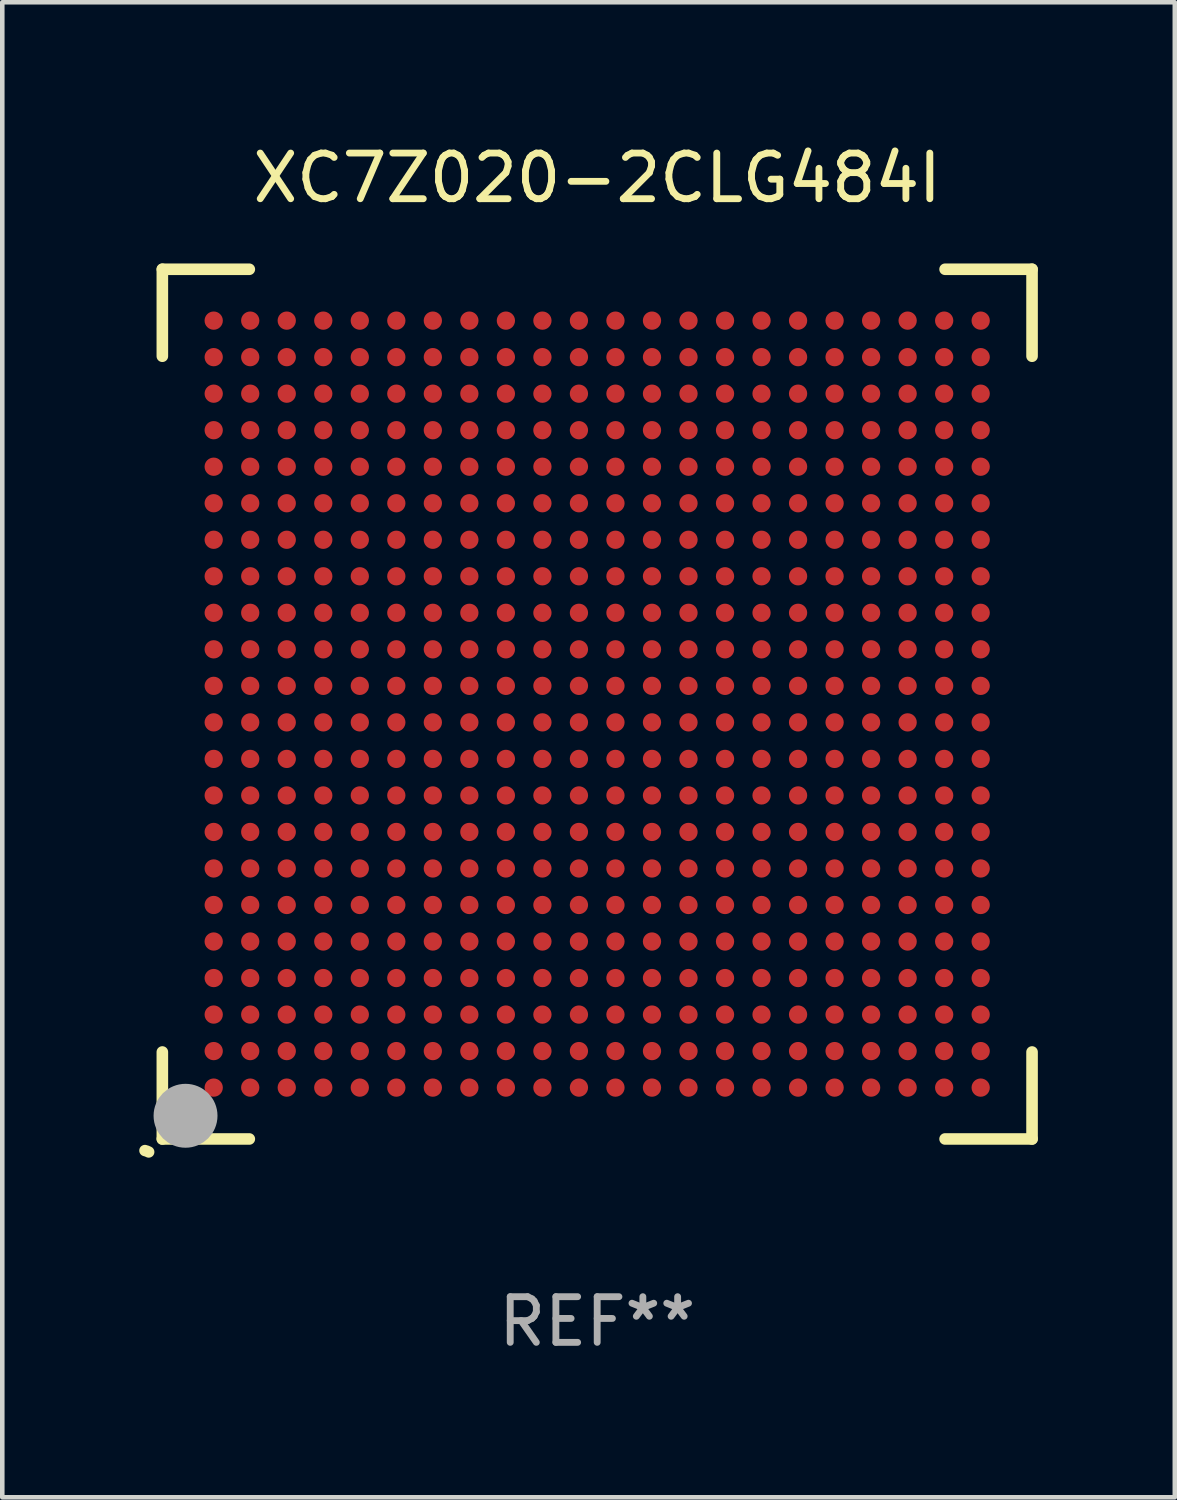
<source format=kicad_pcb>
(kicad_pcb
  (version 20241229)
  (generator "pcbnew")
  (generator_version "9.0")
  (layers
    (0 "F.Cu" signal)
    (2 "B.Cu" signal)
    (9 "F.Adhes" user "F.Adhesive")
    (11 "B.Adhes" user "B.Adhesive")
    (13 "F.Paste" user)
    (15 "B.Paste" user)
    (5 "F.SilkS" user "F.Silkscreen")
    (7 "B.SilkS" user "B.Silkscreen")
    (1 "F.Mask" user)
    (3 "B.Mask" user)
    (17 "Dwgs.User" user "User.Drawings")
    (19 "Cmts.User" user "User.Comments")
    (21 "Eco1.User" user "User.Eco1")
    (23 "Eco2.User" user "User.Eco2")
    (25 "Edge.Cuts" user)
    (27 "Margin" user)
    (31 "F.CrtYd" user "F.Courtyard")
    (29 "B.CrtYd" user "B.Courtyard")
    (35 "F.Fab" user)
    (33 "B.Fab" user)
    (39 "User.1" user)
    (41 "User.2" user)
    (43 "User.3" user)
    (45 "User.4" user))
  (footprint "XC7Z020-2CLG484I"
    (layer "F.Cu")
    (at 10.031 12.373)
    (property "Reference" "XC7Z020-2CLG484I" (at 0 -11.525 0) (layer "F.SilkS") (effects (font (size 1 1) (thickness 0.15))))
    (attr through_hole)
    (fp_line (start -9.525 -9.525) (end -7.62 -9.525) (stroke (width 0.254) (type solid)) (layer "F.SilkS"))
    (fp_line (start -9.525 -7.62) (end -9.525 -9.525) (stroke (width 0.254) (type solid)) (layer "F.SilkS"))
    (fp_line (start -9.525 9.525) (end -9.525 7.62) (stroke (width 0.254) (type solid)) (layer "F.SilkS"))
    (fp_line (start -7.62 9.525) (end -9.525 9.525) (stroke (width 0.254) (type solid)) (layer "F.SilkS"))
    (fp_line (start 7.62 -9.525) (end 9.525 -9.525) (stroke (width 0.254) (type solid)) (layer "F.SilkS"))
    (fp_line (start 9.525 -9.525) (end 9.525 -7.62) (stroke (width 0.254) (type solid)) (layer "F.SilkS"))
    (fp_line (start 9.525 7.62) (end 9.525 9.525) (stroke (width 0.254) (type solid)) (layer "F.SilkS"))
    (fp_line (start 9.525 9.525) (end 7.62 9.525) (stroke (width 0.254) (type solid)) (layer "F.SilkS"))
    (fp_arc (start -9.90602 9.778943) (mid -9.863917 9.791423) (end -9.823978 9.809677) (stroke (width 0.249936) (type solid)) (layer "F.SilkS"))
    (fp_circle (center -9.5 9.5) (end -9.47 9.5) (stroke (width 0.06) (type solid)) (fill no) (layer "F.SilkS"))
    (fp_circle (center -9.017 9.017) (end -8.667 9.017) (stroke (width 0.7) (type solid)) (fill no) (layer "F.Fab"))
    (fp_text user "REF**" (at 0 13.525 0) (layer "F.Fab") (effects (font (size 1 1) (thickness 0.15))))
    (pad "A1" smd circle (at -8.4 8.4) (size 0.4 0.4) (layers "F.Cu" "F.Mask" "F.Paste"))
    (pad "A2" smd circle (at -8.4 7.6) (size 0.4 0.4) (layers "F.Cu" "F.Mask" "F.Paste"))
    (pad "A3" smd circle (at -8.4 6.8) (size 0.4 0.4) (layers "F.Cu" "F.Mask" "F.Paste"))
    (pad "A4" smd circle (at -8.4 6) (size 0.4 0.4) (layers "F.Cu" "F.Mask" "F.Paste"))
    (pad "A5" smd circle (at -8.4 5.2) (size 0.4 0.4) (layers "F.Cu" "F.Mask" "F.Paste"))
    (pad "A6" smd circle (at -8.4 4.4) (size 0.4 0.4) (layers "F.Cu" "F.Mask" "F.Paste"))
    (pad "A7" smd circle (at -8.4 3.6) (size 0.4 0.4) (layers "F.Cu" "F.Mask" "F.Paste"))
    (pad "A8" smd circle (at -8.4 2.8) (size 0.4 0.4) (layers "F.Cu" "F.Mask" "F.Paste"))
    (pad "A9" smd circle (at -8.4 2) (size 0.4 0.4) (layers "F.Cu" "F.Mask" "F.Paste"))
    (pad "A10" smd circle (at -8.4 1.2) (size 0.4 0.4) (layers "F.Cu" "F.Mask" "F.Paste"))
    (pad "A11" smd circle (at -8.4 0.4) (size 0.4 0.4) (layers "F.Cu" "F.Mask" "F.Paste"))
    (pad "A12" smd circle (at -8.4 -0.4) (size 0.4 0.4) (layers "F.Cu" "F.Mask" "F.Paste"))
    (pad "A13" smd circle (at -8.4 -1.2) (size 0.4 0.4) (layers "F.Cu" "F.Mask" "F.Paste"))
    (pad "A14" smd circle (at -8.4 -2) (size 0.4 0.4) (layers "F.Cu" "F.Mask" "F.Paste"))
    (pad "A15" smd circle (at -8.4 -2.8) (size 0.4 0.4) (layers "F.Cu" "F.Mask" "F.Paste"))
    (pad "A16" smd circle (at -8.4 -3.6) (size 0.4 0.4) (layers "F.Cu" "F.Mask" "F.Paste"))
    (pad "A17" smd circle (at -8.4 -4.4) (size 0.4 0.4) (layers "F.Cu" "F.Mask" "F.Paste"))
    (pad "A18" smd circle (at -8.4 -5.2) (size 0.4 0.4) (layers "F.Cu" "F.Mask" "F.Paste"))
    (pad "A19" smd circle (at -8.4 -6) (size 0.4 0.4) (layers "F.Cu" "F.Mask" "F.Paste"))
    (pad "A20" smd circle (at -8.4 -6.8) (size 0.4 0.4) (layers "F.Cu" "F.Mask" "F.Paste"))
    (pad "A21" smd circle (at -8.4 -7.6) (size 0.4 0.4) (layers "F.Cu" "F.Mask" "F.Paste"))
    (pad "A22" smd circle (at -8.4 -8.4) (size 0.4 0.4) (layers "F.Cu" "F.Mask" "F.Paste"))
    (pad "AA1" smd circle (at 7.6 8.4) (size 0.4 0.4) (layers "F.Cu" "F.Mask" "F.Paste"))
    (pad "AA2" smd circle (at 7.6 7.6) (size 0.4 0.4) (layers "F.Cu" "F.Mask" "F.Paste"))
    (pad "AA3" smd circle (at 7.6 6.8) (size 0.4 0.4) (layers "F.Cu" "F.Mask" "F.Paste"))
    (pad "AA4" smd circle (at 7.6 6) (size 0.4 0.4) (layers "F.Cu" "F.Mask" "F.Paste"))
    (pad "AA5" smd circle (at 7.6 5.2) (size 0.4 0.4) (layers "F.Cu" "F.Mask" "F.Paste"))
    (pad "AA6" smd circle (at 7.6 4.4) (size 0.4 0.4) (layers "F.Cu" "F.Mask" "F.Paste"))
    (pad "AA7" smd circle (at 7.6 3.6) (size 0.4 0.4) (layers "F.Cu" "F.Mask" "F.Paste"))
    (pad "AA8" smd circle (at 7.6 2.8) (size 0.4 0.4) (layers "F.Cu" "F.Mask" "F.Paste"))
    (pad "AA9" smd circle (at 7.6 2) (size 0.4 0.4) (layers "F.Cu" "F.Mask" "F.Paste"))
    (pad "AA10" smd circle (at 7.6 1.2) (size 0.4 0.4) (layers "F.Cu" "F.Mask" "F.Paste"))
    (pad "AA11" smd circle (at 7.6 0.4) (size 0.4 0.4) (layers "F.Cu" "F.Mask" "F.Paste"))
    (pad "AA12" smd circle (at 7.6 -0.4) (size 0.4 0.4) (layers "F.Cu" "F.Mask" "F.Paste"))
    (pad "AA13" smd circle (at 7.6 -1.2) (size 0.4 0.4) (layers "F.Cu" "F.Mask" "F.Paste"))
    (pad "AA14" smd circle (at 7.6 -2) (size 0.4 0.4) (layers "F.Cu" "F.Mask" "F.Paste"))
    (pad "AA15" smd circle (at 7.6 -2.8) (size 0.4 0.4) (layers "F.Cu" "F.Mask" "F.Paste"))
    (pad "AA16" smd circle (at 7.6 -3.6) (size 0.4 0.4) (layers "F.Cu" "F.Mask" "F.Paste"))
    (pad "AA17" smd circle (at 7.6 -4.4) (size 0.4 0.4) (layers "F.Cu" "F.Mask" "F.Paste"))
    (pad "AA18" smd circle (at 7.6 -5.2) (size 0.4 0.4) (layers "F.Cu" "F.Mask" "F.Paste"))
    (pad "AA19" smd circle (at 7.6 -6) (size 0.4 0.4) (layers "F.Cu" "F.Mask" "F.Paste"))
    (pad "AA20" smd circle (at 7.6 -6.8) (size 0.4 0.4) (layers "F.Cu" "F.Mask" "F.Paste"))
    (pad "AA21" smd circle (at 7.6 -7.6) (size 0.4 0.4) (layers "F.Cu" "F.Mask" "F.Paste"))
    (pad "AA22" smd circle (at 7.6 -8.4) (size 0.4 0.4) (layers "F.Cu" "F.Mask" "F.Paste"))
    (pad "AB1" smd circle (at 8.4 8.4) (size 0.4 0.4) (layers "F.Cu" "F.Mask" "F.Paste"))
    (pad "AB2" smd circle (at 8.4 7.6) (size 0.4 0.4) (layers "F.Cu" "F.Mask" "F.Paste"))
    (pad "AB3" smd circle (at 8.4 6.8) (size 0.4 0.4) (layers "F.Cu" "F.Mask" "F.Paste"))
    (pad "AB4" smd circle (at 8.4 6) (size 0.4 0.4) (layers "F.Cu" "F.Mask" "F.Paste"))
    (pad "AB5" smd circle (at 8.4 5.2) (size 0.4 0.4) (layers "F.Cu" "F.Mask" "F.Paste"))
    (pad "AB6" smd circle (at 8.4 4.4) (size 0.4 0.4) (layers "F.Cu" "F.Mask" "F.Paste"))
    (pad "AB7" smd circle (at 8.4 3.6) (size 0.4 0.4) (layers "F.Cu" "F.Mask" "F.Paste"))
    (pad "AB8" smd circle (at 8.4 2.8) (size 0.4 0.4) (layers "F.Cu" "F.Mask" "F.Paste"))
    (pad "AB9" smd circle (at 8.4 2) (size 0.4 0.4) (layers "F.Cu" "F.Mask" "F.Paste"))
    (pad "AB10" smd circle (at 8.4 1.2) (size 0.4 0.4) (layers "F.Cu" "F.Mask" "F.Paste"))
    (pad "AB11" smd circle (at 8.4 0.4) (size 0.4 0.4) (layers "F.Cu" "F.Mask" "F.Paste"))
    (pad "AB12" smd circle (at 8.4 -0.4) (size 0.4 0.4) (layers "F.Cu" "F.Mask" "F.Paste"))
    (pad "AB13" smd circle (at 8.4 -1.2) (size 0.4 0.4) (layers "F.Cu" "F.Mask" "F.Paste"))
    (pad "AB14" smd circle (at 8.4 -2) (size 0.4 0.4) (layers "F.Cu" "F.Mask" "F.Paste"))
    (pad "AB15" smd circle (at 8.4 -2.8) (size 0.4 0.4) (layers "F.Cu" "F.Mask" "F.Paste"))
    (pad "AB16" smd circle (at 8.4 -3.6) (size 0.4 0.4) (layers "F.Cu" "F.Mask" "F.Paste"))
    (pad "AB17" smd circle (at 8.4 -4.4) (size 0.4 0.4) (layers "F.Cu" "F.Mask" "F.Paste"))
    (pad "AB18" smd circle (at 8.4 -5.2) (size 0.4 0.4) (layers "F.Cu" "F.Mask" "F.Paste"))
    (pad "AB19" smd circle (at 8.4 -6) (size 0.4 0.4) (layers "F.Cu" "F.Mask" "F.Paste"))
    (pad "AB20" smd circle (at 8.4 -6.8) (size 0.4 0.4) (layers "F.Cu" "F.Mask" "F.Paste"))
    (pad "AB21" smd circle (at 8.4 -7.6) (size 0.4 0.4) (layers "F.Cu" "F.Mask" "F.Paste"))
    (pad "AB22" smd circle (at 8.4 -8.4) (size 0.4 0.4) (layers "F.Cu" "F.Mask" "F.Paste"))
    (pad "B1" smd circle (at -7.6 8.4) (size 0.4 0.4) (layers "F.Cu" "F.Mask" "F.Paste"))
    (pad "B2" smd circle (at -7.6 7.6) (size 0.4 0.4) (layers "F.Cu" "F.Mask" "F.Paste"))
    (pad "B3" smd circle (at -7.6 6.8) (size 0.4 0.4) (layers "F.Cu" "F.Mask" "F.Paste"))
    (pad "B4" smd circle (at -7.6 6) (size 0.4 0.4) (layers "F.Cu" "F.Mask" "F.Paste"))
    (pad "B5" smd circle (at -7.6 5.2) (size 0.4 0.4) (layers "F.Cu" "F.Mask" "F.Paste"))
    (pad "B6" smd circle (at -7.6 4.4) (size 0.4 0.4) (layers "F.Cu" "F.Mask" "F.Paste"))
    (pad "B7" smd circle (at -7.6 3.6) (size 0.4 0.4) (layers "F.Cu" "F.Mask" "F.Paste"))
    (pad "B8" smd circle (at -7.6 2.8) (size 0.4 0.4) (layers "F.Cu" "F.Mask" "F.Paste"))
    (pad "B9" smd circle (at -7.6 2) (size 0.4 0.4) (layers "F.Cu" "F.Mask" "F.Paste"))
    (pad "B10" smd circle (at -7.6 1.2) (size 0.4 0.4) (layers "F.Cu" "F.Mask" "F.Paste"))
    (pad "B11" smd circle (at -7.6 0.4) (size 0.4 0.4) (layers "F.Cu" "F.Mask" "F.Paste"))
    (pad "B12" smd circle (at -7.6 -0.4) (size 0.4 0.4) (layers "F.Cu" "F.Mask" "F.Paste"))
    (pad "B13" smd circle (at -7.6 -1.2) (size 0.4 0.4) (layers "F.Cu" "F.Mask" "F.Paste"))
    (pad "B14" smd circle (at -7.6 -2) (size 0.4 0.4) (layers "F.Cu" "F.Mask" "F.Paste"))
    (pad "B15" smd circle (at -7.6 -2.8) (size 0.4 0.4) (layers "F.Cu" "F.Mask" "F.Paste"))
    (pad "B16" smd circle (at -7.6 -3.6) (size 0.4 0.4) (layers "F.Cu" "F.Mask" "F.Paste"))
    (pad "B17" smd circle (at -7.6 -4.4) (size 0.4 0.4) (layers "F.Cu" "F.Mask" "F.Paste"))
    (pad "B18" smd circle (at -7.6 -5.2) (size 0.4 0.4) (layers "F.Cu" "F.Mask" "F.Paste"))
    (pad "B19" smd circle (at -7.6 -6) (size 0.4 0.4) (layers "F.Cu" "F.Mask" "F.Paste"))
    (pad "B20" smd circle (at -7.6 -6.8) (size 0.4 0.4) (layers "F.Cu" "F.Mask" "F.Paste"))
    (pad "B21" smd circle (at -7.6 -7.6) (size 0.4 0.4) (layers "F.Cu" "F.Mask" "F.Paste"))
    (pad "B22" smd circle (at -7.6 -8.4) (size 0.4 0.4) (layers "F.Cu" "F.Mask" "F.Paste"))
    (pad "C1" smd circle (at -6.8 8.4) (size 0.4 0.4) (layers "F.Cu" "F.Mask" "F.Paste"))
    (pad "C2" smd circle (at -6.8 7.6) (size 0.4 0.4) (layers "F.Cu" "F.Mask" "F.Paste"))
    (pad "C3" smd circle (at -6.8 6.8) (size 0.4 0.4) (layers "F.Cu" "F.Mask" "F.Paste"))
    (pad "C4" smd circle (at -6.8 6) (size 0.4 0.4) (layers "F.Cu" "F.Mask" "F.Paste"))
    (pad "C5" smd circle (at -6.8 5.2) (size 0.4 0.4) (layers "F.Cu" "F.Mask" "F.Paste"))
    (pad "C6" smd circle (at -6.8 4.4) (size 0.4 0.4) (layers "F.Cu" "F.Mask" "F.Paste"))
    (pad "C7" smd circle (at -6.8 3.6) (size 0.4 0.4) (layers "F.Cu" "F.Mask" "F.Paste"))
    (pad "C8" smd circle (at -6.8 2.8) (size 0.4 0.4) (layers "F.Cu" "F.Mask" "F.Paste"))
    (pad "C9" smd circle (at -6.8 2) (size 0.4 0.4) (layers "F.Cu" "F.Mask" "F.Paste"))
    (pad "C10" smd circle (at -6.8 1.2) (size 0.4 0.4) (layers "F.Cu" "F.Mask" "F.Paste"))
    (pad "C11" smd circle (at -6.8 0.4) (size 0.4 0.4) (layers "F.Cu" "F.Mask" "F.Paste"))
    (pad "C12" smd circle (at -6.8 -0.4) (size 0.4 0.4) (layers "F.Cu" "F.Mask" "F.Paste"))
    (pad "C13" smd circle (at -6.8 -1.2) (size 0.4 0.4) (layers "F.Cu" "F.Mask" "F.Paste"))
    (pad "C14" smd circle (at -6.8 -2) (size 0.4 0.4) (layers "F.Cu" "F.Mask" "F.Paste"))
    (pad "C15" smd circle (at -6.8 -2.8) (size 0.4 0.4) (layers "F.Cu" "F.Mask" "F.Paste"))
    (pad "C16" smd circle (at -6.8 -3.6) (size 0.4 0.4) (layers "F.Cu" "F.Mask" "F.Paste"))
    (pad "C17" smd circle (at -6.8 -4.4) (size 0.4 0.4) (layers "F.Cu" "F.Mask" "F.Paste"))
    (pad "C18" smd circle (at -6.8 -5.2) (size 0.4 0.4) (layers "F.Cu" "F.Mask" "F.Paste"))
    (pad "C19" smd circle (at -6.8 -6) (size 0.4 0.4) (layers "F.Cu" "F.Mask" "F.Paste"))
    (pad "C20" smd circle (at -6.8 -6.8) (size 0.4 0.4) (layers "F.Cu" "F.Mask" "F.Paste"))
    (pad "C21" smd circle (at -6.8 -7.6) (size 0.4 0.4) (layers "F.Cu" "F.Mask" "F.Paste"))
    (pad "C22" smd circle (at -6.8 -8.4) (size 0.4 0.4) (layers "F.Cu" "F.Mask" "F.Paste"))
    (pad "D1" smd circle (at -6 8.4) (size 0.4 0.4) (layers "F.Cu" "F.Mask" "F.Paste"))
    (pad "D2" smd circle (at -6 7.6) (size 0.4 0.4) (layers "F.Cu" "F.Mask" "F.Paste"))
    (pad "D3" smd circle (at -6 6.8) (size 0.4 0.4) (layers "F.Cu" "F.Mask" "F.Paste"))
    (pad "D4" smd circle (at -6 6) (size 0.4 0.4) (layers "F.Cu" "F.Mask" "F.Paste"))
    (pad "D5" smd circle (at -6 5.2) (size 0.4 0.4) (layers "F.Cu" "F.Mask" "F.Paste"))
    (pad "D6" smd circle (at -6 4.4) (size 0.4 0.4) (layers "F.Cu" "F.Mask" "F.Paste"))
    (pad "D7" smd circle (at -6 3.6) (size 0.4 0.4) (layers "F.Cu" "F.Mask" "F.Paste"))
    (pad "D8" smd circle (at -6 2.8) (size 0.4 0.4) (layers "F.Cu" "F.Mask" "F.Paste"))
    (pad "D9" smd circle (at -6 2) (size 0.4 0.4) (layers "F.Cu" "F.Mask" "F.Paste"))
    (pad "D10" smd circle (at -6 1.2) (size 0.4 0.4) (layers "F.Cu" "F.Mask" "F.Paste"))
    (pad "D11" smd circle (at -6 0.4) (size 0.4 0.4) (layers "F.Cu" "F.Mask" "F.Paste"))
    (pad "D12" smd circle (at -6 -0.4) (size 0.4 0.4) (layers "F.Cu" "F.Mask" "F.Paste"))
    (pad "D13" smd circle (at -6 -1.2) (size 0.4 0.4) (layers "F.Cu" "F.Mask" "F.Paste"))
    (pad "D14" smd circle (at -6 -2) (size 0.4 0.4) (layers "F.Cu" "F.Mask" "F.Paste"))
    (pad "D15" smd circle (at -6 -2.8) (size 0.4 0.4) (layers "F.Cu" "F.Mask" "F.Paste"))
    (pad "D16" smd circle (at -6 -3.6) (size 0.4 0.4) (layers "F.Cu" "F.Mask" "F.Paste"))
    (pad "D17" smd circle (at -6 -4.4) (size 0.4 0.4) (layers "F.Cu" "F.Mask" "F.Paste"))
    (pad "D18" smd circle (at -6 -5.2) (size 0.4 0.4) (layers "F.Cu" "F.Mask" "F.Paste"))
    (pad "D19" smd circle (at -6 -6) (size 0.4 0.4) (layers "F.Cu" "F.Mask" "F.Paste"))
    (pad "D20" smd circle (at -6 -6.8) (size 0.4 0.4) (layers "F.Cu" "F.Mask" "F.Paste"))
    (pad "D21" smd circle (at -6 -7.6) (size 0.4 0.4) (layers "F.Cu" "F.Mask" "F.Paste"))
    (pad "D22" smd circle (at -6 -8.4) (size 0.4 0.4) (layers "F.Cu" "F.Mask" "F.Paste"))
    (pad "E1" smd circle (at -5.2 8.4) (size 0.4 0.4) (layers "F.Cu" "F.Mask" "F.Paste"))
    (pad "E2" smd circle (at -5.2 7.6) (size 0.4 0.4) (layers "F.Cu" "F.Mask" "F.Paste"))
    (pad "E3" smd circle (at -5.2 6.8) (size 0.4 0.4) (layers "F.Cu" "F.Mask" "F.Paste"))
    (pad "E4" smd circle (at -5.2 6) (size 0.4 0.4) (layers "F.Cu" "F.Mask" "F.Paste"))
    (pad "E5" smd circle (at -5.2 5.2) (size 0.4 0.4) (layers "F.Cu" "F.Mask" "F.Paste"))
    (pad "E6" smd circle (at -5.2 4.4) (size 0.4 0.4) (layers "F.Cu" "F.Mask" "F.Paste"))
    (pad "E7" smd circle (at -5.2 3.6) (size 0.4 0.4) (layers "F.Cu" "F.Mask" "F.Paste"))
    (pad "E8" smd circle (at -5.2 2.8) (size 0.4 0.4) (layers "F.Cu" "F.Mask" "F.Paste"))
    (pad "E9" smd circle (at -5.2 2) (size 0.4 0.4) (layers "F.Cu" "F.Mask" "F.Paste"))
    (pad "E10" smd circle (at -5.2 1.2) (size 0.4 0.4) (layers "F.Cu" "F.Mask" "F.Paste"))
    (pad "E11" smd circle (at -5.2 0.4) (size 0.4 0.4) (layers "F.Cu" "F.Mask" "F.Paste"))
    (pad "E12" smd circle (at -5.2 -0.4) (size 0.4 0.4) (layers "F.Cu" "F.Mask" "F.Paste"))
    (pad "E13" smd circle (at -5.2 -1.2) (size 0.4 0.4) (layers "F.Cu" "F.Mask" "F.Paste"))
    (pad "E14" smd circle (at -5.2 -2) (size 0.4 0.4) (layers "F.Cu" "F.Mask" "F.Paste"))
    (pad "E15" smd circle (at -5.2 -2.8) (size 0.4 0.4) (layers "F.Cu" "F.Mask" "F.Paste"))
    (pad "E16" smd circle (at -5.2 -3.6) (size 0.4 0.4) (layers "F.Cu" "F.Mask" "F.Paste"))
    (pad "E17" smd circle (at -5.2 -4.4) (size 0.4 0.4) (layers "F.Cu" "F.Mask" "F.Paste"))
    (pad "E18" smd circle (at -5.2 -5.2) (size 0.4 0.4) (layers "F.Cu" "F.Mask" "F.Paste"))
    (pad "E19" smd circle (at -5.2 -6) (size 0.4 0.4) (layers "F.Cu" "F.Mask" "F.Paste"))
    (pad "E20" smd circle (at -5.2 -6.8) (size 0.4 0.4) (layers "F.Cu" "F.Mask" "F.Paste"))
    (pad "E21" smd circle (at -5.2 -7.6) (size 0.4 0.4) (layers "F.Cu" "F.Mask" "F.Paste"))
    (pad "E22" smd circle (at -5.2 -8.4) (size 0.4 0.4) (layers "F.Cu" "F.Mask" "F.Paste"))
    (pad "F1" smd circle (at -4.4 8.4) (size 0.4 0.4) (layers "F.Cu" "F.Mask" "F.Paste"))
    (pad "F2" smd circle (at -4.4 7.6) (size 0.4 0.4) (layers "F.Cu" "F.Mask" "F.Paste"))
    (pad "F3" smd circle (at -4.4 6.8) (size 0.4 0.4) (layers "F.Cu" "F.Mask" "F.Paste"))
    (pad "F4" smd circle (at -4.4 6) (size 0.4 0.4) (layers "F.Cu" "F.Mask" "F.Paste"))
    (pad "F5" smd circle (at -4.4 5.2) (size 0.4 0.4) (layers "F.Cu" "F.Mask" "F.Paste"))
    (pad "F6" smd circle (at -4.4 4.4) (size 0.4 0.4) (layers "F.Cu" "F.Mask" "F.Paste"))
    (pad "F7" smd circle (at -4.4 3.6) (size 0.4 0.4) (layers "F.Cu" "F.Mask" "F.Paste"))
    (pad "F8" smd circle (at -4.4 2.8) (size 0.4 0.4) (layers "F.Cu" "F.Mask" "F.Paste"))
    (pad "F9" smd circle (at -4.4 2) (size 0.4 0.4) (layers "F.Cu" "F.Mask" "F.Paste"))
    (pad "F10" smd circle (at -4.4 1.2) (size 0.4 0.4) (layers "F.Cu" "F.Mask" "F.Paste"))
    (pad "F11" smd circle (at -4.4 0.4) (size 0.4 0.4) (layers "F.Cu" "F.Mask" "F.Paste"))
    (pad "F12" smd circle (at -4.4 -0.4) (size 0.4 0.4) (layers "F.Cu" "F.Mask" "F.Paste"))
    (pad "F13" smd circle (at -4.4 -1.2) (size 0.4 0.4) (layers "F.Cu" "F.Mask" "F.Paste"))
    (pad "F14" smd circle (at -4.4 -2) (size 0.4 0.4) (layers "F.Cu" "F.Mask" "F.Paste"))
    (pad "F15" smd circle (at -4.4 -2.8) (size 0.4 0.4) (layers "F.Cu" "F.Mask" "F.Paste"))
    (pad "F16" smd circle (at -4.4 -3.6) (size 0.4 0.4) (layers "F.Cu" "F.Mask" "F.Paste"))
    (pad "F17" smd circle (at -4.4 -4.4) (size 0.4 0.4) (layers "F.Cu" "F.Mask" "F.Paste"))
    (pad "F18" smd circle (at -4.4 -5.2) (size 0.4 0.4) (layers "F.Cu" "F.Mask" "F.Paste"))
    (pad "F19" smd circle (at -4.4 -6) (size 0.4 0.4) (layers "F.Cu" "F.Mask" "F.Paste"))
    (pad "F20" smd circle (at -4.4 -6.8) (size 0.4 0.4) (layers "F.Cu" "F.Mask" "F.Paste"))
    (pad "F21" smd circle (at -4.4 -7.6) (size 0.4 0.4) (layers "F.Cu" "F.Mask" "F.Paste"))
    (pad "F22" smd circle (at -4.4 -8.4) (size 0.4 0.4) (layers "F.Cu" "F.Mask" "F.Paste"))
    (pad "G1" smd circle (at -3.6 8.4) (size 0.4 0.4) (layers "F.Cu" "F.Mask" "F.Paste"))
    (pad "G2" smd circle (at -3.6 7.6) (size 0.4 0.4) (layers "F.Cu" "F.Mask" "F.Paste"))
    (pad "G3" smd circle (at -3.6 6.8) (size 0.4 0.4) (layers "F.Cu" "F.Mask" "F.Paste"))
    (pad "G4" smd circle (at -3.6 6) (size 0.4 0.4) (layers "F.Cu" "F.Mask" "F.Paste"))
    (pad "G5" smd circle (at -3.6 5.2) (size 0.4 0.4) (layers "F.Cu" "F.Mask" "F.Paste"))
    (pad "G6" smd circle (at -3.6 4.4) (size 0.4 0.4) (layers "F.Cu" "F.Mask" "F.Paste"))
    (pad "G7" smd circle (at -3.6 3.6) (size 0.4 0.4) (layers "F.Cu" "F.Mask" "F.Paste"))
    (pad "G8" smd circle (at -3.6 2.8) (size 0.4 0.4) (layers "F.Cu" "F.Mask" "F.Paste"))
    (pad "G9" smd circle (at -3.6 2) (size 0.4 0.4) (layers "F.Cu" "F.Mask" "F.Paste"))
    (pad "G10" smd circle (at -3.6 1.2) (size 0.4 0.4) (layers "F.Cu" "F.Mask" "F.Paste"))
    (pad "G11" smd circle (at -3.6 0.4) (size 0.4 0.4) (layers "F.Cu" "F.Mask" "F.Paste"))
    (pad "G12" smd circle (at -3.6 -0.4) (size 0.4 0.4) (layers "F.Cu" "F.Mask" "F.Paste"))
    (pad "G13" smd circle (at -3.6 -1.2) (size 0.4 0.4) (layers "F.Cu" "F.Mask" "F.Paste"))
    (pad "G14" smd circle (at -3.6 -2) (size 0.4 0.4) (layers "F.Cu" "F.Mask" "F.Paste"))
    (pad "G15" smd circle (at -3.6 -2.8) (size 0.4 0.4) (layers "F.Cu" "F.Mask" "F.Paste"))
    (pad "G16" smd circle (at -3.6 -3.6) (size 0.4 0.4) (layers "F.Cu" "F.Mask" "F.Paste"))
    (pad "G17" smd circle (at -3.6 -4.4) (size 0.4 0.4) (layers "F.Cu" "F.Mask" "F.Paste"))
    (pad "G18" smd circle (at -3.6 -5.2) (size 0.4 0.4) (layers "F.Cu" "F.Mask" "F.Paste"))
    (pad "G19" smd circle (at -3.6 -6) (size 0.4 0.4) (layers "F.Cu" "F.Mask" "F.Paste"))
    (pad "G20" smd circle (at -3.6 -6.8) (size 0.4 0.4) (layers "F.Cu" "F.Mask" "F.Paste"))
    (pad "G21" smd circle (at -3.6 -7.6) (size 0.4 0.4) (layers "F.Cu" "F.Mask" "F.Paste"))
    (pad "G22" smd circle (at -3.6 -8.4) (size 0.4 0.4) (layers "F.Cu" "F.Mask" "F.Paste"))
    (pad "H1" smd circle (at -2.8 8.4) (size 0.4 0.4) (layers "F.Cu" "F.Mask" "F.Paste"))
    (pad "H2" smd circle (at -2.8 7.6) (size 0.4 0.4) (layers "F.Cu" "F.Mask" "F.Paste"))
    (pad "H3" smd circle (at -2.8 6.8) (size 0.4 0.4) (layers "F.Cu" "F.Mask" "F.Paste"))
    (pad "H4" smd circle (at -2.8 6) (size 0.4 0.4) (layers "F.Cu" "F.Mask" "F.Paste"))
    (pad "H5" smd circle (at -2.8 5.2) (size 0.4 0.4) (layers "F.Cu" "F.Mask" "F.Paste"))
    (pad "H6" smd circle (at -2.8 4.4) (size 0.4 0.4) (layers "F.Cu" "F.Mask" "F.Paste"))
    (pad "H7" smd circle (at -2.8 3.6) (size 0.4 0.4) (layers "F.Cu" "F.Mask" "F.Paste"))
    (pad "H8" smd circle (at -2.8 2.8) (size 0.4 0.4) (layers "F.Cu" "F.Mask" "F.Paste"))
    (pad "H9" smd circle (at -2.8 2) (size 0.4 0.4) (layers "F.Cu" "F.Mask" "F.Paste"))
    (pad "H10" smd circle (at -2.8 1.2) (size 0.4 0.4) (layers "F.Cu" "F.Mask" "F.Paste"))
    (pad "H11" smd circle (at -2.8 0.4) (size 0.4 0.4) (layers "F.Cu" "F.Mask" "F.Paste"))
    (pad "H12" smd circle (at -2.8 -0.4) (size 0.4 0.4) (layers "F.Cu" "F.Mask" "F.Paste"))
    (pad "H13" smd circle (at -2.8 -1.2) (size 0.4 0.4) (layers "F.Cu" "F.Mask" "F.Paste"))
    (pad "H14" smd circle (at -2.8 -2) (size 0.4 0.4) (layers "F.Cu" "F.Mask" "F.Paste"))
    (pad "H15" smd circle (at -2.8 -2.8) (size 0.4 0.4) (layers "F.Cu" "F.Mask" "F.Paste"))
    (pad "H16" smd circle (at -2.8 -3.6) (size 0.4 0.4) (layers "F.Cu" "F.Mask" "F.Paste"))
    (pad "H17" smd circle (at -2.8 -4.4) (size 0.4 0.4) (layers "F.Cu" "F.Mask" "F.Paste"))
    (pad "H18" smd circle (at -2.8 -5.2) (size 0.4 0.4) (layers "F.Cu" "F.Mask" "F.Paste"))
    (pad "H19" smd circle (at -2.8 -6) (size 0.4 0.4) (layers "F.Cu" "F.Mask" "F.Paste"))
    (pad "H20" smd circle (at -2.8 -6.8) (size 0.4 0.4) (layers "F.Cu" "F.Mask" "F.Paste"))
    (pad "H21" smd circle (at -2.8 -7.6) (size 0.4 0.4) (layers "F.Cu" "F.Mask" "F.Paste"))
    (pad "H22" smd circle (at -2.8 -8.4) (size 0.4 0.4) (layers "F.Cu" "F.Mask" "F.Paste"))
    (pad "J1" smd circle (at -2 8.4) (size 0.4 0.4) (layers "F.Cu" "F.Mask" "F.Paste"))
    (pad "J2" smd circle (at -2 7.6) (size 0.4 0.4) (layers "F.Cu" "F.Mask" "F.Paste"))
    (pad "J3" smd circle (at -2 6.8) (size 0.4 0.4) (layers "F.Cu" "F.Mask" "F.Paste"))
    (pad "J4" smd circle (at -2 6) (size 0.4 0.4) (layers "F.Cu" "F.Mask" "F.Paste"))
    (pad "J5" smd circle (at -2 5.2) (size 0.4 0.4) (layers "F.Cu" "F.Mask" "F.Paste"))
    (pad "J6" smd circle (at -2 4.4) (size 0.4 0.4) (layers "F.Cu" "F.Mask" "F.Paste"))
    (pad "J7" smd circle (at -2 3.6) (size 0.4 0.4) (layers "F.Cu" "F.Mask" "F.Paste"))
    (pad "J8" smd circle (at -2 2.8) (size 0.4 0.4) (layers "F.Cu" "F.Mask" "F.Paste"))
    (pad "J9" smd circle (at -2 2) (size 0.4 0.4) (layers "F.Cu" "F.Mask" "F.Paste"))
    (pad "J10" smd circle (at -2 1.2) (size 0.4 0.4) (layers "F.Cu" "F.Mask" "F.Paste"))
    (pad "J11" smd circle (at -2 0.4) (size 0.4 0.4) (layers "F.Cu" "F.Mask" "F.Paste"))
    (pad "J12" smd circle (at -2 -0.4) (size 0.4 0.4) (layers "F.Cu" "F.Mask" "F.Paste"))
    (pad "J13" smd circle (at -2 -1.2) (size 0.4 0.4) (layers "F.Cu" "F.Mask" "F.Paste"))
    (pad "J14" smd circle (at -2 -2) (size 0.4 0.4) (layers "F.Cu" "F.Mask" "F.Paste"))
    (pad "J15" smd circle (at -2 -2.8) (size 0.4 0.4) (layers "F.Cu" "F.Mask" "F.Paste"))
    (pad "J16" smd circle (at -2 -3.6) (size 0.4 0.4) (layers "F.Cu" "F.Mask" "F.Paste"))
    (pad "J17" smd circle (at -2 -4.4) (size 0.4 0.4) (layers "F.Cu" "F.Mask" "F.Paste"))
    (pad "J18" smd circle (at -2 -5.2) (size 0.4 0.4) (layers "F.Cu" "F.Mask" "F.Paste"))
    (pad "J19" smd circle (at -2 -6) (size 0.4 0.4) (layers "F.Cu" "F.Mask" "F.Paste"))
    (pad "J20" smd circle (at -2 -6.8) (size 0.4 0.4) (layers "F.Cu" "F.Mask" "F.Paste"))
    (pad "J21" smd circle (at -2 -7.6) (size 0.4 0.4) (layers "F.Cu" "F.Mask" "F.Paste"))
    (pad "J22" smd circle (at -2 -8.4) (size 0.4 0.4) (layers "F.Cu" "F.Mask" "F.Paste"))
    (pad "K1" smd circle (at -1.2 8.4) (size 0.4 0.4) (layers "F.Cu" "F.Mask" "F.Paste"))
    (pad "K2" smd circle (at -1.2 7.6) (size 0.4 0.4) (layers "F.Cu" "F.Mask" "F.Paste"))
    (pad "K3" smd circle (at -1.2 6.8) (size 0.4 0.4) (layers "F.Cu" "F.Mask" "F.Paste"))
    (pad "K4" smd circle (at -1.2 6) (size 0.4 0.4) (layers "F.Cu" "F.Mask" "F.Paste"))
    (pad "K5" smd circle (at -1.2 5.2) (size 0.4 0.4) (layers "F.Cu" "F.Mask" "F.Paste"))
    (pad "K6" smd circle (at -1.2 4.4) (size 0.4 0.4) (layers "F.Cu" "F.Mask" "F.Paste"))
    (pad "K7" smd circle (at -1.2 3.6) (size 0.4 0.4) (layers "F.Cu" "F.Mask" "F.Paste"))
    (pad "K8" smd circle (at -1.2 2.8) (size 0.4 0.4) (layers "F.Cu" "F.Mask" "F.Paste"))
    (pad "K9" smd circle (at -1.2 2) (size 0.4 0.4) (layers "F.Cu" "F.Mask" "F.Paste"))
    (pad "K10" smd circle (at -1.2 1.2) (size 0.4 0.4) (layers "F.Cu" "F.Mask" "F.Paste"))
    (pad "K11" smd circle (at -1.2 0.4) (size 0.4 0.4) (layers "F.Cu" "F.Mask" "F.Paste"))
    (pad "K12" smd circle (at -1.2 -0.4) (size 0.4 0.4) (layers "F.Cu" "F.Mask" "F.Paste"))
    (pad "K13" smd circle (at -1.2 -1.2) (size 0.4 0.4) (layers "F.Cu" "F.Mask" "F.Paste"))
    (pad "K14" smd circle (at -1.2 -2) (size 0.4 0.4) (layers "F.Cu" "F.Mask" "F.Paste"))
    (pad "K15" smd circle (at -1.2 -2.8) (size 0.4 0.4) (layers "F.Cu" "F.Mask" "F.Paste"))
    (pad "K16" smd circle (at -1.2 -3.6) (size 0.4 0.4) (layers "F.Cu" "F.Mask" "F.Paste"))
    (pad "K17" smd circle (at -1.2 -4.4) (size 0.4 0.4) (layers "F.Cu" "F.Mask" "F.Paste"))
    (pad "K18" smd circle (at -1.2 -5.2) (size 0.4 0.4) (layers "F.Cu" "F.Mask" "F.Paste"))
    (pad "K19" smd circle (at -1.2 -6) (size 0.4 0.4) (layers "F.Cu" "F.Mask" "F.Paste"))
    (pad "K20" smd circle (at -1.2 -6.8) (size 0.4 0.4) (layers "F.Cu" "F.Mask" "F.Paste"))
    (pad "K21" smd circle (at -1.2 -7.6) (size 0.4 0.4) (layers "F.Cu" "F.Mask" "F.Paste"))
    (pad "K22" smd circle (at -1.2 -8.4) (size 0.4 0.4) (layers "F.Cu" "F.Mask" "F.Paste"))
    (pad "L1" smd circle (at -0.4 8.4) (size 0.4 0.4) (layers "F.Cu" "F.Mask" "F.Paste"))
    (pad "L2" smd circle (at -0.4 7.6) (size 0.4 0.4) (layers "F.Cu" "F.Mask" "F.Paste"))
    (pad "L3" smd circle (at -0.4 6.8) (size 0.4 0.4) (layers "F.Cu" "F.Mask" "F.Paste"))
    (pad "L4" smd circle (at -0.4 6) (size 0.4 0.4) (layers "F.Cu" "F.Mask" "F.Paste"))
    (pad "L5" smd circle (at -0.4 5.2) (size 0.4 0.4) (layers "F.Cu" "F.Mask" "F.Paste"))
    (pad "L6" smd circle (at -0.4 4.4) (size 0.4 0.4) (layers "F.Cu" "F.Mask" "F.Paste"))
    (pad "L7" smd circle (at -0.4 3.6) (size 0.4 0.4) (layers "F.Cu" "F.Mask" "F.Paste"))
    (pad "L8" smd circle (at -0.4 2.8) (size 0.4 0.4) (layers "F.Cu" "F.Mask" "F.Paste"))
    (pad "L9" smd circle (at -0.4 2) (size 0.4 0.4) (layers "F.Cu" "F.Mask" "F.Paste"))
    (pad "L10" smd circle (at -0.4 1.2) (size 0.4 0.4) (layers "F.Cu" "F.Mask" "F.Paste"))
    (pad "L11" smd circle (at -0.4 0.4) (size 0.4 0.4) (layers "F.Cu" "F.Mask" "F.Paste"))
    (pad "L12" smd circle (at -0.4 -0.4) (size 0.4 0.4) (layers "F.Cu" "F.Mask" "F.Paste"))
    (pad "L13" smd circle (at -0.4 -1.2) (size 0.4 0.4) (layers "F.Cu" "F.Mask" "F.Paste"))
    (pad "L14" smd circle (at -0.4 -2) (size 0.4 0.4) (layers "F.Cu" "F.Mask" "F.Paste"))
    (pad "L15" smd circle (at -0.4 -2.8) (size 0.4 0.4) (layers "F.Cu" "F.Mask" "F.Paste"))
    (pad "L16" smd circle (at -0.4 -3.6) (size 0.4 0.4) (layers "F.Cu" "F.Mask" "F.Paste"))
    (pad "L17" smd circle (at -0.4 -4.4) (size 0.4 0.4) (layers "F.Cu" "F.Mask" "F.Paste"))
    (pad "L18" smd circle (at -0.4 -5.2) (size 0.4 0.4) (layers "F.Cu" "F.Mask" "F.Paste"))
    (pad "L19" smd circle (at -0.4 -6) (size 0.4 0.4) (layers "F.Cu" "F.Mask" "F.Paste"))
    (pad "L20" smd circle (at -0.4 -6.8) (size 0.4 0.4) (layers "F.Cu" "F.Mask" "F.Paste"))
    (pad "L21" smd circle (at -0.4 -7.6) (size 0.4 0.4) (layers "F.Cu" "F.Mask" "F.Paste"))
    (pad "L22" smd circle (at -0.4 -8.4) (size 0.4 0.4) (layers "F.Cu" "F.Mask" "F.Paste"))
    (pad "M1" smd circle (at 0.4 8.4) (size 0.4 0.4) (layers "F.Cu" "F.Mask" "F.Paste"))
    (pad "M2" smd circle (at 0.4 7.6) (size 0.4 0.4) (layers "F.Cu" "F.Mask" "F.Paste"))
    (pad "M3" smd circle (at 0.4 6.8) (size 0.4 0.4) (layers "F.Cu" "F.Mask" "F.Paste"))
    (pad "M4" smd circle (at 0.4 6) (size 0.4 0.4) (layers "F.Cu" "F.Mask" "F.Paste"))
    (pad "M5" smd circle (at 0.4 5.2) (size 0.4 0.4) (layers "F.Cu" "F.Mask" "F.Paste"))
    (pad "M6" smd circle (at 0.4 4.4) (size 0.4 0.4) (layers "F.Cu" "F.Mask" "F.Paste"))
    (pad "M7" smd circle (at 0.4 3.6) (size 0.4 0.4) (layers "F.Cu" "F.Mask" "F.Paste"))
    (pad "M8" smd circle (at 0.4 2.8) (size 0.4 0.4) (layers "F.Cu" "F.Mask" "F.Paste"))
    (pad "M9" smd circle (at 0.4 2) (size 0.4 0.4) (layers "F.Cu" "F.Mask" "F.Paste"))
    (pad "M10" smd circle (at 0.4 1.2) (size 0.4 0.4) (layers "F.Cu" "F.Mask" "F.Paste"))
    (pad "M11" smd circle (at 0.4 0.4) (size 0.4 0.4) (layers "F.Cu" "F.Mask" "F.Paste"))
    (pad "M12" smd circle (at 0.4 -0.4) (size 0.4 0.4) (layers "F.Cu" "F.Mask" "F.Paste"))
    (pad "M13" smd circle (at 0.4 -1.2) (size 0.4 0.4) (layers "F.Cu" "F.Mask" "F.Paste"))
    (pad "M14" smd circle (at 0.4 -2) (size 0.4 0.4) (layers "F.Cu" "F.Mask" "F.Paste"))
    (pad "M15" smd circle (at 0.4 -2.8) (size 0.4 0.4) (layers "F.Cu" "F.Mask" "F.Paste"))
    (pad "M16" smd circle (at 0.4 -3.6) (size 0.4 0.4) (layers "F.Cu" "F.Mask" "F.Paste"))
    (pad "M17" smd circle (at 0.4 -4.4) (size 0.4 0.4) (layers "F.Cu" "F.Mask" "F.Paste"))
    (pad "M18" smd circle (at 0.4 -5.2) (size 0.4 0.4) (layers "F.Cu" "F.Mask" "F.Paste"))
    (pad "M19" smd circle (at 0.4 -6) (size 0.4 0.4) (layers "F.Cu" "F.Mask" "F.Paste"))
    (pad "M20" smd circle (at 0.4 -6.8) (size 0.4 0.4) (layers "F.Cu" "F.Mask" "F.Paste"))
    (pad "M21" smd circle (at 0.4 -7.6) (size 0.4 0.4) (layers "F.Cu" "F.Mask" "F.Paste"))
    (pad "M22" smd circle (at 0.4 -8.4) (size 0.4 0.4) (layers "F.Cu" "F.Mask" "F.Paste"))
    (pad "N1" smd circle (at 1.2 8.4) (size 0.4 0.4) (layers "F.Cu" "F.Mask" "F.Paste"))
    (pad "N2" smd circle (at 1.2 7.6) (size 0.4 0.4) (layers "F.Cu" "F.Mask" "F.Paste"))
    (pad "N3" smd circle (at 1.2 6.8) (size 0.4 0.4) (layers "F.Cu" "F.Mask" "F.Paste"))
    (pad "N4" smd circle (at 1.2 6) (size 0.4 0.4) (layers "F.Cu" "F.Mask" "F.Paste"))
    (pad "N5" smd circle (at 1.2 5.2) (size 0.4 0.4) (layers "F.Cu" "F.Mask" "F.Paste"))
    (pad "N6" smd circle (at 1.2 4.4) (size 0.4 0.4) (layers "F.Cu" "F.Mask" "F.Paste"))
    (pad "N7" smd circle (at 1.2 3.6) (size 0.4 0.4) (layers "F.Cu" "F.Mask" "F.Paste"))
    (pad "N8" smd circle (at 1.2 2.8) (size 0.4 0.4) (layers "F.Cu" "F.Mask" "F.Paste"))
    (pad "N9" smd circle (at 1.2 2) (size 0.4 0.4) (layers "F.Cu" "F.Mask" "F.Paste"))
    (pad "N10" smd circle (at 1.2 1.2) (size 0.4 0.4) (layers "F.Cu" "F.Mask" "F.Paste"))
    (pad "N11" smd circle (at 1.2 0.4) (size 0.4 0.4) (layers "F.Cu" "F.Mask" "F.Paste"))
    (pad "N12" smd circle (at 1.2 -0.4) (size 0.4 0.4) (layers "F.Cu" "F.Mask" "F.Paste"))
    (pad "N13" smd circle (at 1.2 -1.2) (size 0.4 0.4) (layers "F.Cu" "F.Mask" "F.Paste"))
    (pad "N14" smd circle (at 1.2 -2) (size 0.4 0.4) (layers "F.Cu" "F.Mask" "F.Paste"))
    (pad "N15" smd circle (at 1.2 -2.8) (size 0.4 0.4) (layers "F.Cu" "F.Mask" "F.Paste"))
    (pad "N16" smd circle (at 1.2 -3.6) (size 0.4 0.4) (layers "F.Cu" "F.Mask" "F.Paste"))
    (pad "N17" smd circle (at 1.2 -4.4) (size 0.4 0.4) (layers "F.Cu" "F.Mask" "F.Paste"))
    (pad "N18" smd circle (at 1.2 -5.2) (size 0.4 0.4) (layers "F.Cu" "F.Mask" "F.Paste"))
    (pad "N19" smd circle (at 1.2 -6) (size 0.4 0.4) (layers "F.Cu" "F.Mask" "F.Paste"))
    (pad "N20" smd circle (at 1.2 -6.8) (size 0.4 0.4) (layers "F.Cu" "F.Mask" "F.Paste"))
    (pad "N21" smd circle (at 1.2 -7.6) (size 0.4 0.4) (layers "F.Cu" "F.Mask" "F.Paste"))
    (pad "N22" smd circle (at 1.2 -8.4) (size 0.4 0.4) (layers "F.Cu" "F.Mask" "F.Paste"))
    (pad "P1" smd circle (at 2 8.4) (size 0.4 0.4) (layers "F.Cu" "F.Mask" "F.Paste"))
    (pad "P2" smd circle (at 2 7.6) (size 0.4 0.4) (layers "F.Cu" "F.Mask" "F.Paste"))
    (pad "P3" smd circle (at 2 6.8) (size 0.4 0.4) (layers "F.Cu" "F.Mask" "F.Paste"))
    (pad "P4" smd circle (at 2 6) (size 0.4 0.4) (layers "F.Cu" "F.Mask" "F.Paste"))
    (pad "P5" smd circle (at 2 5.2) (size 0.4 0.4) (layers "F.Cu" "F.Mask" "F.Paste"))
    (pad "P6" smd circle (at 2 4.4) (size 0.4 0.4) (layers "F.Cu" "F.Mask" "F.Paste"))
    (pad "P7" smd circle (at 2 3.6) (size 0.4 0.4) (layers "F.Cu" "F.Mask" "F.Paste"))
    (pad "P8" smd circle (at 2 2.8) (size 0.4 0.4) (layers "F.Cu" "F.Mask" "F.Paste"))
    (pad "P9" smd circle (at 2 2) (size 0.4 0.4) (layers "F.Cu" "F.Mask" "F.Paste"))
    (pad "P10" smd circle (at 2 1.2) (size 0.4 0.4) (layers "F.Cu" "F.Mask" "F.Paste"))
    (pad "P11" smd circle (at 2 0.4) (size 0.4 0.4) (layers "F.Cu" "F.Mask" "F.Paste"))
    (pad "P12" smd circle (at 2 -0.4) (size 0.4 0.4) (layers "F.Cu" "F.Mask" "F.Paste"))
    (pad "P13" smd circle (at 2 -1.2) (size 0.4 0.4) (layers "F.Cu" "F.Mask" "F.Paste"))
    (pad "P14" smd circle (at 2 -2) (size 0.4 0.4) (layers "F.Cu" "F.Mask" "F.Paste"))
    (pad "P15" smd circle (at 2 -2.8) (size 0.4 0.4) (layers "F.Cu" "F.Mask" "F.Paste"))
    (pad "P16" smd circle (at 2 -3.6) (size 0.4 0.4) (layers "F.Cu" "F.Mask" "F.Paste"))
    (pad "P17" smd circle (at 2 -4.4) (size 0.4 0.4) (layers "F.Cu" "F.Mask" "F.Paste"))
    (pad "P18" smd circle (at 2 -5.2) (size 0.4 0.4) (layers "F.Cu" "F.Mask" "F.Paste"))
    (pad "P19" smd circle (at 2 -6) (size 0.4 0.4) (layers "F.Cu" "F.Mask" "F.Paste"))
    (pad "P20" smd circle (at 2 -6.8) (size 0.4 0.4) (layers "F.Cu" "F.Mask" "F.Paste"))
    (pad "P21" smd circle (at 2 -7.6) (size 0.4 0.4) (layers "F.Cu" "F.Mask" "F.Paste"))
    (pad "P22" smd circle (at 2 -8.4) (size 0.4 0.4) (layers "F.Cu" "F.Mask" "F.Paste"))
    (pad "R1" smd circle (at 2.8 8.4) (size 0.4 0.4) (layers "F.Cu" "F.Mask" "F.Paste"))
    (pad "R2" smd circle (at 2.8 7.6) (size 0.4 0.4) (layers "F.Cu" "F.Mask" "F.Paste"))
    (pad "R3" smd circle (at 2.8 6.8) (size 0.4 0.4) (layers "F.Cu" "F.Mask" "F.Paste"))
    (pad "R4" smd circle (at 2.8 6) (size 0.4 0.4) (layers "F.Cu" "F.Mask" "F.Paste"))
    (pad "R5" smd circle (at 2.8 5.2) (size 0.4 0.4) (layers "F.Cu" "F.Mask" "F.Paste"))
    (pad "R6" smd circle (at 2.8 4.4) (size 0.4 0.4) (layers "F.Cu" "F.Mask" "F.Paste"))
    (pad "R7" smd circle (at 2.8 3.6) (size 0.4 0.4) (layers "F.Cu" "F.Mask" "F.Paste"))
    (pad "R8" smd circle (at 2.8 2.8) (size 0.4 0.4) (layers "F.Cu" "F.Mask" "F.Paste"))
    (pad "R9" smd circle (at 2.8 2) (size 0.4 0.4) (layers "F.Cu" "F.Mask" "F.Paste"))
    (pad "R10" smd circle (at 2.8 1.2) (size 0.4 0.4) (layers "F.Cu" "F.Mask" "F.Paste"))
    (pad "R11" smd circle (at 2.8 0.4) (size 0.4 0.4) (layers "F.Cu" "F.Mask" "F.Paste"))
    (pad "R12" smd circle (at 2.8 -0.4) (size 0.4 0.4) (layers "F.Cu" "F.Mask" "F.Paste"))
    (pad "R13" smd circle (at 2.8 -1.2) (size 0.4 0.4) (layers "F.Cu" "F.Mask" "F.Paste"))
    (pad "R14" smd circle (at 2.8 -2) (size 0.4 0.4) (layers "F.Cu" "F.Mask" "F.Paste"))
    (pad "R15" smd circle (at 2.8 -2.8) (size 0.4 0.4) (layers "F.Cu" "F.Mask" "F.Paste"))
    (pad "R16" smd circle (at 2.8 -3.6) (size 0.4 0.4) (layers "F.Cu" "F.Mask" "F.Paste"))
    (pad "R17" smd circle (at 2.8 -4.4) (size 0.4 0.4) (layers "F.Cu" "F.Mask" "F.Paste"))
    (pad "R18" smd circle (at 2.8 -5.2) (size 0.4 0.4) (layers "F.Cu" "F.Mask" "F.Paste"))
    (pad "R19" smd circle (at 2.8 -6) (size 0.4 0.4) (layers "F.Cu" "F.Mask" "F.Paste"))
    (pad "R20" smd circle (at 2.8 -6.8) (size 0.4 0.4) (layers "F.Cu" "F.Mask" "F.Paste"))
    (pad "R21" smd circle (at 2.8 -7.6) (size 0.4 0.4) (layers "F.Cu" "F.Mask" "F.Paste"))
    (pad "R22" smd circle (at 2.8 -8.4) (size 0.4 0.4) (layers "F.Cu" "F.Mask" "F.Paste"))
    (pad "T1" smd circle (at 3.6 8.4) (size 0.4 0.4) (layers "F.Cu" "F.Mask" "F.Paste"))
    (pad "T2" smd circle (at 3.6 7.6) (size 0.4 0.4) (layers "F.Cu" "F.Mask" "F.Paste"))
    (pad "T3" smd circle (at 3.6 6.8) (size 0.4 0.4) (layers "F.Cu" "F.Mask" "F.Paste"))
    (pad "T4" smd circle (at 3.6 6) (size 0.4 0.4) (layers "F.Cu" "F.Mask" "F.Paste"))
    (pad "T5" smd circle (at 3.6 5.2) (size 0.4 0.4) (layers "F.Cu" "F.Mask" "F.Paste"))
    (pad "T6" smd circle (at 3.6 4.4) (size 0.4 0.4) (layers "F.Cu" "F.Mask" "F.Paste"))
    (pad "T7" smd circle (at 3.6 3.6) (size 0.4 0.4) (layers "F.Cu" "F.Mask" "F.Paste"))
    (pad "T8" smd circle (at 3.6 2.8) (size 0.4 0.4) (layers "F.Cu" "F.Mask" "F.Paste"))
    (pad "T9" smd circle (at 3.6 2) (size 0.4 0.4) (layers "F.Cu" "F.Mask" "F.Paste"))
    (pad "T10" smd circle (at 3.6 1.2) (size 0.4 0.4) (layers "F.Cu" "F.Mask" "F.Paste"))
    (pad "T11" smd circle (at 3.6 0.4) (size 0.4 0.4) (layers "F.Cu" "F.Mask" "F.Paste"))
    (pad "T12" smd circle (at 3.6 -0.4) (size 0.4 0.4) (layers "F.Cu" "F.Mask" "F.Paste"))
    (pad "T13" smd circle (at 3.6 -1.2) (size 0.4 0.4) (layers "F.Cu" "F.Mask" "F.Paste"))
    (pad "T14" smd circle (at 3.6 -2) (size 0.4 0.4) (layers "F.Cu" "F.Mask" "F.Paste"))
    (pad "T15" smd circle (at 3.6 -2.8) (size 0.4 0.4) (layers "F.Cu" "F.Mask" "F.Paste"))
    (pad "T16" smd circle (at 3.6 -3.6) (size 0.4 0.4) (layers "F.Cu" "F.Mask" "F.Paste"))
    (pad "T17" smd circle (at 3.6 -4.4) (size 0.4 0.4) (layers "F.Cu" "F.Mask" "F.Paste"))
    (pad "T18" smd circle (at 3.6 -5.2) (size 0.4 0.4) (layers "F.Cu" "F.Mask" "F.Paste"))
    (pad "T19" smd circle (at 3.6 -6) (size 0.4 0.4) (layers "F.Cu" "F.Mask" "F.Paste"))
    (pad "T20" smd circle (at 3.6 -6.8) (size 0.4 0.4) (layers "F.Cu" "F.Mask" "F.Paste"))
    (pad "T21" smd circle (at 3.6 -7.6) (size 0.4 0.4) (layers "F.Cu" "F.Mask" "F.Paste"))
    (pad "T22" smd circle (at 3.6 -8.4) (size 0.4 0.4) (layers "F.Cu" "F.Mask" "F.Paste"))
    (pad "U1" smd circle (at 4.4 8.4) (size 0.4 0.4) (layers "F.Cu" "F.Mask" "F.Paste"))
    (pad "U2" smd circle (at 4.4 7.6) (size 0.4 0.4) (layers "F.Cu" "F.Mask" "F.Paste"))
    (pad "U3" smd circle (at 4.4 6.8) (size 0.4 0.4) (layers "F.Cu" "F.Mask" "F.Paste"))
    (pad "U4" smd circle (at 4.4 6) (size 0.4 0.4) (layers "F.Cu" "F.Mask" "F.Paste"))
    (pad "U5" smd circle (at 4.4 5.2) (size 0.4 0.4) (layers "F.Cu" "F.Mask" "F.Paste"))
    (pad "U6" smd circle (at 4.4 4.4) (size 0.4 0.4) (layers "F.Cu" "F.Mask" "F.Paste"))
    (pad "U7" smd circle (at 4.4 3.6) (size 0.4 0.4) (layers "F.Cu" "F.Mask" "F.Paste"))
    (pad "U8" smd circle (at 4.4 2.8) (size 0.4 0.4) (layers "F.Cu" "F.Mask" "F.Paste"))
    (pad "U9" smd circle (at 4.4 2) (size 0.4 0.4) (layers "F.Cu" "F.Mask" "F.Paste"))
    (pad "U10" smd circle (at 4.4 1.2) (size 0.4 0.4) (layers "F.Cu" "F.Mask" "F.Paste"))
    (pad "U11" smd circle (at 4.4 0.4) (size 0.4 0.4) (layers "F.Cu" "F.Mask" "F.Paste"))
    (pad "U12" smd circle (at 4.4 -0.4) (size 0.4 0.4) (layers "F.Cu" "F.Mask" "F.Paste"))
    (pad "U13" smd circle (at 4.4 -1.2) (size 0.4 0.4) (layers "F.Cu" "F.Mask" "F.Paste"))
    (pad "U14" smd circle (at 4.4 -2) (size 0.4 0.4) (layers "F.Cu" "F.Mask" "F.Paste"))
    (pad "U15" smd circle (at 4.4 -2.8) (size 0.4 0.4) (layers "F.Cu" "F.Mask" "F.Paste"))
    (pad "U16" smd circle (at 4.4 -3.6) (size 0.4 0.4) (layers "F.Cu" "F.Mask" "F.Paste"))
    (pad "U17" smd circle (at 4.4 -4.4) (size 0.4 0.4) (layers "F.Cu" "F.Mask" "F.Paste"))
    (pad "U18" smd circle (at 4.4 -5.2) (size 0.4 0.4) (layers "F.Cu" "F.Mask" "F.Paste"))
    (pad "U19" smd circle (at 4.4 -6) (size 0.4 0.4) (layers "F.Cu" "F.Mask" "F.Paste"))
    (pad "U20" smd circle (at 4.4 -6.8) (size 0.4 0.4) (layers "F.Cu" "F.Mask" "F.Paste"))
    (pad "U21" smd circle (at 4.4 -7.6) (size 0.4 0.4) (layers "F.Cu" "F.Mask" "F.Paste"))
    (pad "U22" smd circle (at 4.4 -8.4) (size 0.4 0.4) (layers "F.Cu" "F.Mask" "F.Paste"))
    (pad "V1" smd circle (at 5.2 8.4) (size 0.4 0.4) (layers "F.Cu" "F.Mask" "F.Paste"))
    (pad "V2" smd circle (at 5.2 7.6) (size 0.4 0.4) (layers "F.Cu" "F.Mask" "F.Paste"))
    (pad "V3" smd circle (at 5.2 6.8) (size 0.4 0.4) (layers "F.Cu" "F.Mask" "F.Paste"))
    (pad "V4" smd circle (at 5.2 6) (size 0.4 0.4) (layers "F.Cu" "F.Mask" "F.Paste"))
    (pad "V5" smd circle (at 5.2 5.2) (size 0.4 0.4) (layers "F.Cu" "F.Mask" "F.Paste"))
    (pad "V6" smd circle (at 5.2 4.4) (size 0.4 0.4) (layers "F.Cu" "F.Mask" "F.Paste"))
    (pad "V7" smd circle (at 5.2 3.6) (size 0.4 0.4) (layers "F.Cu" "F.Mask" "F.Paste"))
    (pad "V8" smd circle (at 5.2 2.8) (size 0.4 0.4) (layers "F.Cu" "F.Mask" "F.Paste"))
    (pad "V9" smd circle (at 5.2 2) (size 0.4 0.4) (layers "F.Cu" "F.Mask" "F.Paste"))
    (pad "V10" smd circle (at 5.2 1.2) (size 0.4 0.4) (layers "F.Cu" "F.Mask" "F.Paste"))
    (pad "V11" smd circle (at 5.2 0.4) (size 0.4 0.4) (layers "F.Cu" "F.Mask" "F.Paste"))
    (pad "V12" smd circle (at 5.2 -0.4) (size 0.4 0.4) (layers "F.Cu" "F.Mask" "F.Paste"))
    (pad "V13" smd circle (at 5.2 -1.2) (size 0.4 0.4) (layers "F.Cu" "F.Mask" "F.Paste"))
    (pad "V14" smd circle (at 5.2 -2) (size 0.4 0.4) (layers "F.Cu" "F.Mask" "F.Paste"))
    (pad "V15" smd circle (at 5.2 -2.8) (size 0.4 0.4) (layers "F.Cu" "F.Mask" "F.Paste"))
    (pad "V16" smd circle (at 5.2 -3.6) (size 0.4 0.4) (layers "F.Cu" "F.Mask" "F.Paste"))
    (pad "V17" smd circle (at 5.2 -4.4) (size 0.4 0.4) (layers "F.Cu" "F.Mask" "F.Paste"))
    (pad "V18" smd circle (at 5.2 -5.2) (size 0.4 0.4) (layers "F.Cu" "F.Mask" "F.Paste"))
    (pad "V19" smd circle (at 5.2 -6) (size 0.4 0.4) (layers "F.Cu" "F.Mask" "F.Paste"))
    (pad "V20" smd circle (at 5.2 -6.8) (size 0.4 0.4) (layers "F.Cu" "F.Mask" "F.Paste"))
    (pad "V21" smd circle (at 5.2 -7.6) (size 0.4 0.4) (layers "F.Cu" "F.Mask" "F.Paste"))
    (pad "V22" smd circle (at 5.2 -8.4) (size 0.4 0.4) (layers "F.Cu" "F.Mask" "F.Paste"))
    (pad "W1" smd circle (at 6 8.4) (size 0.4 0.4) (layers "F.Cu" "F.Mask" "F.Paste"))
    (pad "W2" smd circle (at 6 7.6) (size 0.4 0.4) (layers "F.Cu" "F.Mask" "F.Paste"))
    (pad "W3" smd circle (at 6 6.8) (size 0.4 0.4) (layers "F.Cu" "F.Mask" "F.Paste"))
    (pad "W4" smd circle (at 6 6) (size 0.4 0.4) (layers "F.Cu" "F.Mask" "F.Paste"))
    (pad "W5" smd circle (at 6 5.2) (size 0.4 0.4) (layers "F.Cu" "F.Mask" "F.Paste"))
    (pad "W6" smd circle (at 6 4.4) (size 0.4 0.4) (layers "F.Cu" "F.Mask" "F.Paste"))
    (pad "W7" smd circle (at 6 3.6) (size 0.4 0.4) (layers "F.Cu" "F.Mask" "F.Paste"))
    (pad "W8" smd circle (at 6 2.8) (size 0.4 0.4) (layers "F.Cu" "F.Mask" "F.Paste"))
    (pad "W9" smd circle (at 6 2) (size 0.4 0.4) (layers "F.Cu" "F.Mask" "F.Paste"))
    (pad "W10" smd circle (at 6 1.2) (size 0.4 0.4) (layers "F.Cu" "F.Mask" "F.Paste"))
    (pad "W11" smd circle (at 6 0.4) (size 0.4 0.4) (layers "F.Cu" "F.Mask" "F.Paste"))
    (pad "W12" smd circle (at 6 -0.4) (size 0.4 0.4) (layers "F.Cu" "F.Mask" "F.Paste"))
    (pad "W13" smd circle (at 6 -1.2) (size 0.4 0.4) (layers "F.Cu" "F.Mask" "F.Paste"))
    (pad "W14" smd circle (at 6 -2) (size 0.4 0.4) (layers "F.Cu" "F.Mask" "F.Paste"))
    (pad "W15" smd circle (at 6 -2.8) (size 0.4 0.4) (layers "F.Cu" "F.Mask" "F.Paste"))
    (pad "W16" smd circle (at 6 -3.6) (size 0.4 0.4) (layers "F.Cu" "F.Mask" "F.Paste"))
    (pad "W17" smd circle (at 6 -4.4) (size 0.4 0.4) (layers "F.Cu" "F.Mask" "F.Paste"))
    (pad "W18" smd circle (at 6 -5.2) (size 0.4 0.4) (layers "F.Cu" "F.Mask" "F.Paste"))
    (pad "W19" smd circle (at 6 -6) (size 0.4 0.4) (layers "F.Cu" "F.Mask" "F.Paste"))
    (pad "W20" smd circle (at 6 -6.8) (size 0.4 0.4) (layers "F.Cu" "F.Mask" "F.Paste"))
    (pad "W21" smd circle (at 6 -7.6) (size 0.4 0.4) (layers "F.Cu" "F.Mask" "F.Paste"))
    (pad "W22" smd circle (at 6 -8.4) (size 0.4 0.4) (layers "F.Cu" "F.Mask" "F.Paste"))
    (pad "Y1" smd circle (at 6.8 8.4) (size 0.4 0.4) (layers "F.Cu" "F.Mask" "F.Paste"))
    (pad "Y2" smd circle (at 6.8 7.6) (size 0.4 0.4) (layers "F.Cu" "F.Mask" "F.Paste"))
    (pad "Y3" smd circle (at 6.8 6.8) (size 0.4 0.4) (layers "F.Cu" "F.Mask" "F.Paste"))
    (pad "Y4" smd circle (at 6.8 6) (size 0.4 0.4) (layers "F.Cu" "F.Mask" "F.Paste"))
    (pad "Y5" smd circle (at 6.8 5.2) (size 0.4 0.4) (layers "F.Cu" "F.Mask" "F.Paste"))
    (pad "Y6" smd circle (at 6.8 4.4) (size 0.4 0.4) (layers "F.Cu" "F.Mask" "F.Paste"))
    (pad "Y7" smd circle (at 6.8 3.6) (size 0.4 0.4) (layers "F.Cu" "F.Mask" "F.Paste"))
    (pad "Y8" smd circle (at 6.8 2.8) (size 0.4 0.4) (layers "F.Cu" "F.Mask" "F.Paste"))
    (pad "Y9" smd circle (at 6.8 2) (size 0.4 0.4) (layers "F.Cu" "F.Mask" "F.Paste"))
    (pad "Y10" smd circle (at 6.8 1.2) (size 0.4 0.4) (layers "F.Cu" "F.Mask" "F.Paste"))
    (pad "Y11" smd circle (at 6.8 0.4) (size 0.4 0.4) (layers "F.Cu" "F.Mask" "F.Paste"))
    (pad "Y12" smd circle (at 6.8 -0.4) (size 0.4 0.4) (layers "F.Cu" "F.Mask" "F.Paste"))
    (pad "Y13" smd circle (at 6.8 -1.2) (size 0.4 0.4) (layers "F.Cu" "F.Mask" "F.Paste"))
    (pad "Y14" smd circle (at 6.8 -2) (size 0.4 0.4) (layers "F.Cu" "F.Mask" "F.Paste"))
    (pad "Y15" smd circle (at 6.8 -2.8) (size 0.4 0.4) (layers "F.Cu" "F.Mask" "F.Paste"))
    (pad "Y16" smd circle (at 6.8 -3.6) (size 0.4 0.4) (layers "F.Cu" "F.Mask" "F.Paste"))
    (pad "Y17" smd circle (at 6.8 -4.4) (size 0.4 0.4) (layers "F.Cu" "F.Mask" "F.Paste"))
    (pad "Y18" smd circle (at 6.8 -5.2) (size 0.4 0.4) (layers "F.Cu" "F.Mask" "F.Paste"))
    (pad "Y19" smd circle (at 6.8 -6) (size 0.4 0.4) (layers "F.Cu" "F.Mask" "F.Paste"))
    (pad "Y20" smd circle (at 6.8 -6.8) (size 0.4 0.4) (layers "F.Cu" "F.Mask" "F.Paste"))
    (pad "Y21" smd circle (at 6.8 -7.6) (size 0.4 0.4) (layers "F.Cu" "F.Mask" "F.Paste"))
    (pad "Y22" smd circle (at 6.8 -8.4) (size 0.4 0.4) (layers "F.Cu" "F.Mask" "F.Paste")))
  (gr_rect
    (start -3 -3)
    (end 22.683 29.747)
    (stroke (width 0.1) (type default))
    (fill no)
    (layer "Edge.Cuts")))
</source>
